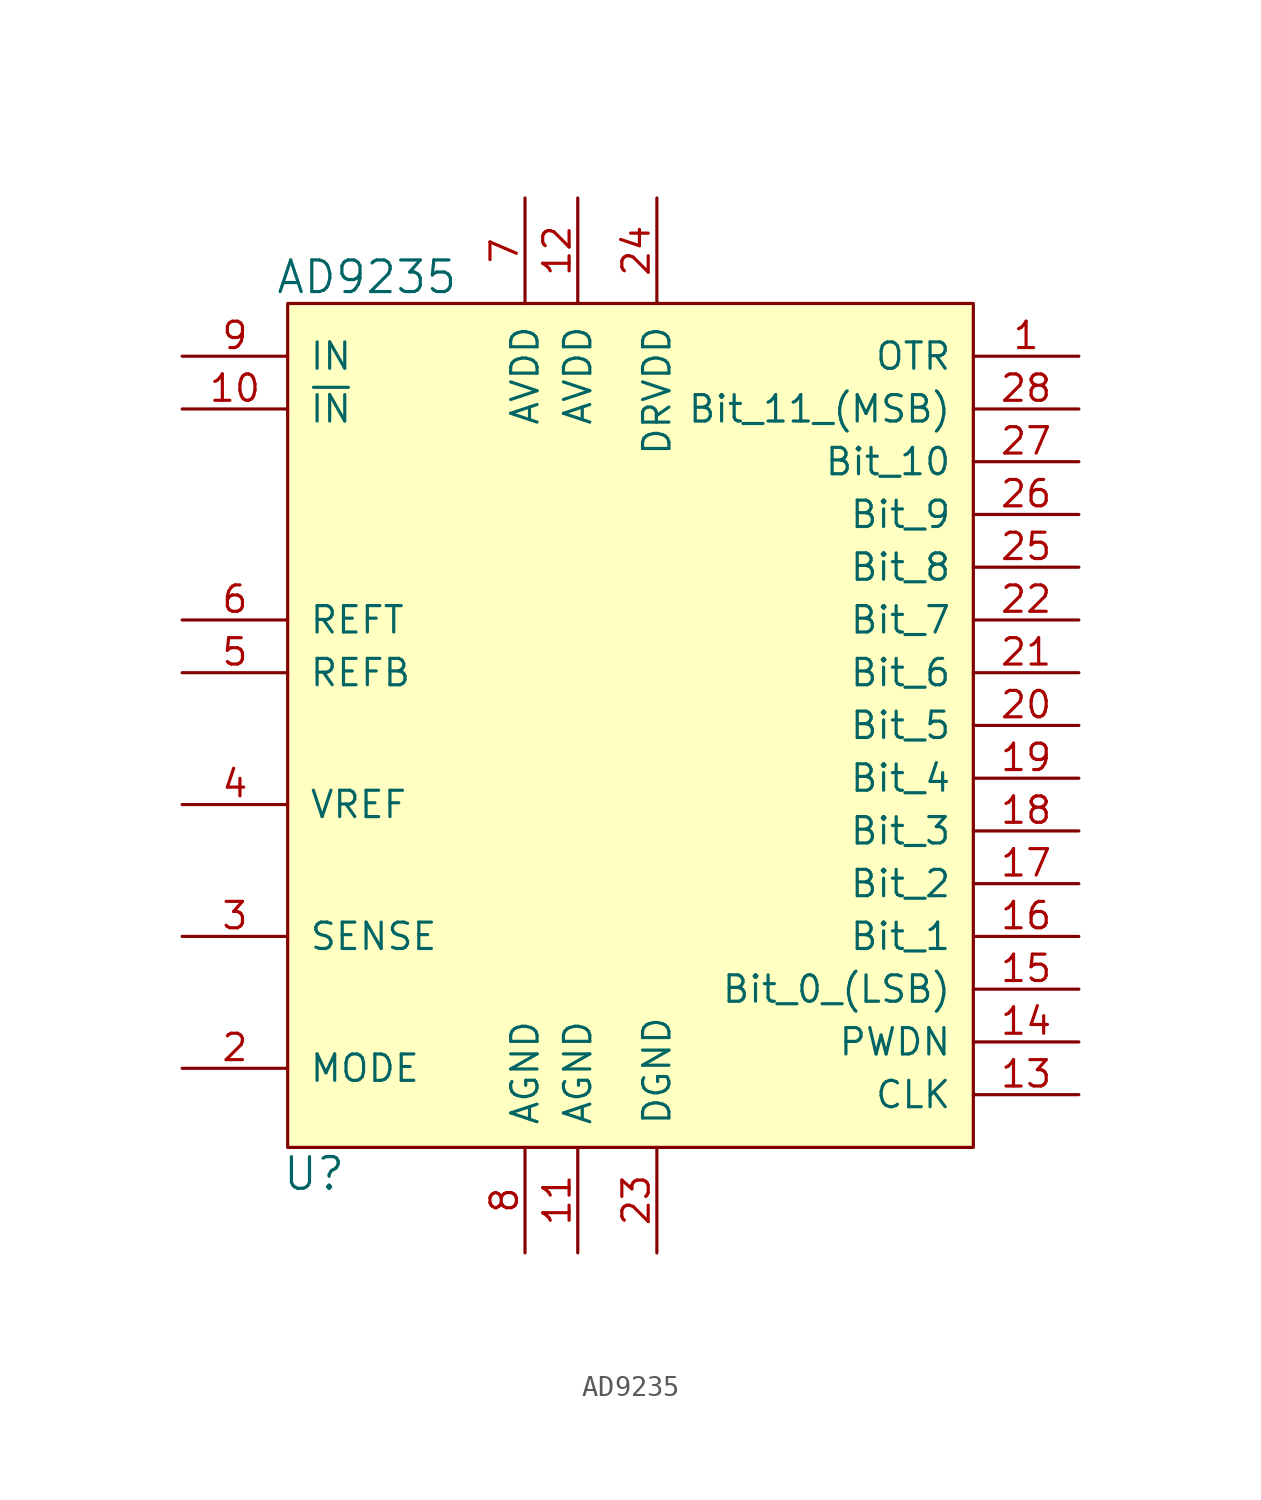
<source format=kicad_sym>
(kicad_symbol_lib
  (version 20220914)
  (generator kicad_symbol_editor)
  (symbol "AD9235"
    (pin_names
      (offset 1.016))
    (property "Reference" "U"
      (at -15.24 -21.59 0)
      (effects (font (size 1.524 1.524))))
    (property "Value" "AD9235"
      (at -12.7 21.59 0)
      (effects (font (size 1.524 1.524))))
    (symbol "AD9235_0_1"
      (rectangle (start -16.51 20.32) (end 16.51 -20.32) (stroke (width 0) (type solid)) (fill (type background))))
    (symbol "AD9235_1_1"
      (pin input line (at 21.59 17.78 180) (length 5.08) (name "OTR" (effects (font (size 1.27 1.27)))) (number "1" (effects (font (size 1.27 1.27)))))
      (pin input line (at -21.59 15.24 0) (length 5.08) (name "~{IN}" (effects (font (size 1.27 1.27)))) (number "10" (effects (font (size 1.27 1.27)))))
      (pin power_in line (at -2.54 -25.4 90) (length 5.08) (name "AGND" (effects (font (size 1.27 1.27)))) (number "11" (effects (font (size 1.27 1.27)))))
      (pin power_in line (at -2.54 25.4 270) (length 5.08) (name "AVDD" (effects (font (size 1.27 1.27)))) (number "12" (effects (font (size 1.27 1.27)))))
      (pin input line (at 21.59 -17.78 180) (length 5.08) (name "CLK" (effects (font (size 1.27 1.27)))) (number "13" (effects (font (size 1.27 1.27)))))
      (pin input line (at 21.59 -15.24 180) (length 5.08) (name "PWDN" (effects (font (size 1.27 1.27)))) (number "14" (effects (font (size 1.27 1.27)))))
      (pin output line (at 21.59 -12.7 180) (length 5.08) (name "Bit_0_(LSB)" (effects (font (size 1.27 1.27)))) (number "15" (effects (font (size 1.27 1.27)))))
      (pin output line (at 21.59 -10.16 180) (length 5.08) (name "Bit_1" (effects (font (size 1.27 1.27)))) (number "16" (effects (font (size 1.27 1.27)))))
      (pin output line (at 21.59 -7.62 180) (length 5.08) (name "Bit_2" (effects (font (size 1.27 1.27)))) (number "17" (effects (font (size 1.27 1.27)))))
      (pin output line (at 21.59 -5.08 180) (length 5.08) (name "Bit_3" (effects (font (size 1.27 1.27)))) (number "18" (effects (font (size 1.27 1.27)))))
      (pin output line (at 21.59 -2.54 180) (length 5.08) (name "Bit_4" (effects (font (size 1.27 1.27)))) (number "19" (effects (font (size 1.27 1.27)))))
      (pin input line (at -21.59 -16.51 0) (length 5.08) (name "MODE" (effects (font (size 1.27 1.27)))) (number "2" (effects (font (size 1.27 1.27)))))
      (pin output line (at 21.59 0 180) (length 5.08) (name "Bit_5" (effects (font (size 1.27 1.27)))) (number "20" (effects (font (size 1.27 1.27)))))
      (pin output line (at 21.59 2.54 180) (length 5.08) (name "Bit_6" (effects (font (size 1.27 1.27)))) (number "21" (effects (font (size 1.27 1.27)))))
      (pin output line (at 21.59 5.08 180) (length 5.08) (name "Bit_7" (effects (font (size 1.27 1.27)))) (number "22" (effects (font (size 1.27 1.27)))))
      (pin power_in line (at 1.27 -25.4 90) (length 5.08) (name "DGND" (effects (font (size 1.27 1.27)))) (number "23" (effects (font (size 1.27 1.27)))))
      (pin power_in line (at 1.27 25.4 270) (length 5.08) (name "DRVDD" (effects (font (size 1.27 1.27)))) (number "24" (effects (font (size 1.27 1.27)))))
      (pin output line (at 21.59 7.62 180) (length 5.08) (name "Bit_8" (effects (font (size 1.27 1.27)))) (number "25" (effects (font (size 1.27 1.27)))))
      (pin output line (at 21.59 10.16 180) (length 5.08) (name "Bit_9" (effects (font (size 1.27 1.27)))) (number "26" (effects (font (size 1.27 1.27)))))
      (pin output line (at 21.59 12.7 180) (length 5.08) (name "Bit_10" (effects (font (size 1.27 1.27)))) (number "27" (effects (font (size 1.27 1.27)))))
      (pin output line (at 21.59 15.24 180) (length 5.08) (name "Bit_11_(MSB)" (effects (font (size 1.27 1.27)))) (number "28" (effects (font (size 1.27 1.27)))))
      (pin input line (at -21.59 -10.16 0) (length 5.08) (name "SENSE" (effects (font (size 1.27 1.27)))) (number "3" (effects (font (size 1.27 1.27)))))
      (pin input line (at -21.59 -3.81 0) (length 5.08) (name "VREF" (effects (font (size 1.27 1.27)))) (number "4" (effects (font (size 1.27 1.27)))))
      (pin power_out line (at -21.59 2.54 0) (length 5.08) (name "REFB" (effects (font (size 1.27 1.27)))) (number "5" (effects (font (size 1.27 1.27)))))
      (pin power_out line (at -21.59 5.08 0) (length 5.08) (name "REFT" (effects (font (size 1.27 1.27)))) (number "6" (effects (font (size 1.27 1.27)))))
      (pin power_in line (at -5.08 25.4 270) (length 5.08) (name "AVDD" (effects (font (size 1.27 1.27)))) (number "7" (effects (font (size 1.27 1.27)))))
      (pin power_in line (at -5.08 -25.4 90) (length 5.08) (name "AGND" (effects (font (size 1.27 1.27)))) (number "8" (effects (font (size 1.27 1.27)))))
      (pin input line (at -21.59 17.78 0) (length 5.08) (name "IN" (effects (font (size 1.27 1.27)))) (number "9" (effects (font (size 1.27 1.27))))))))
</source>
